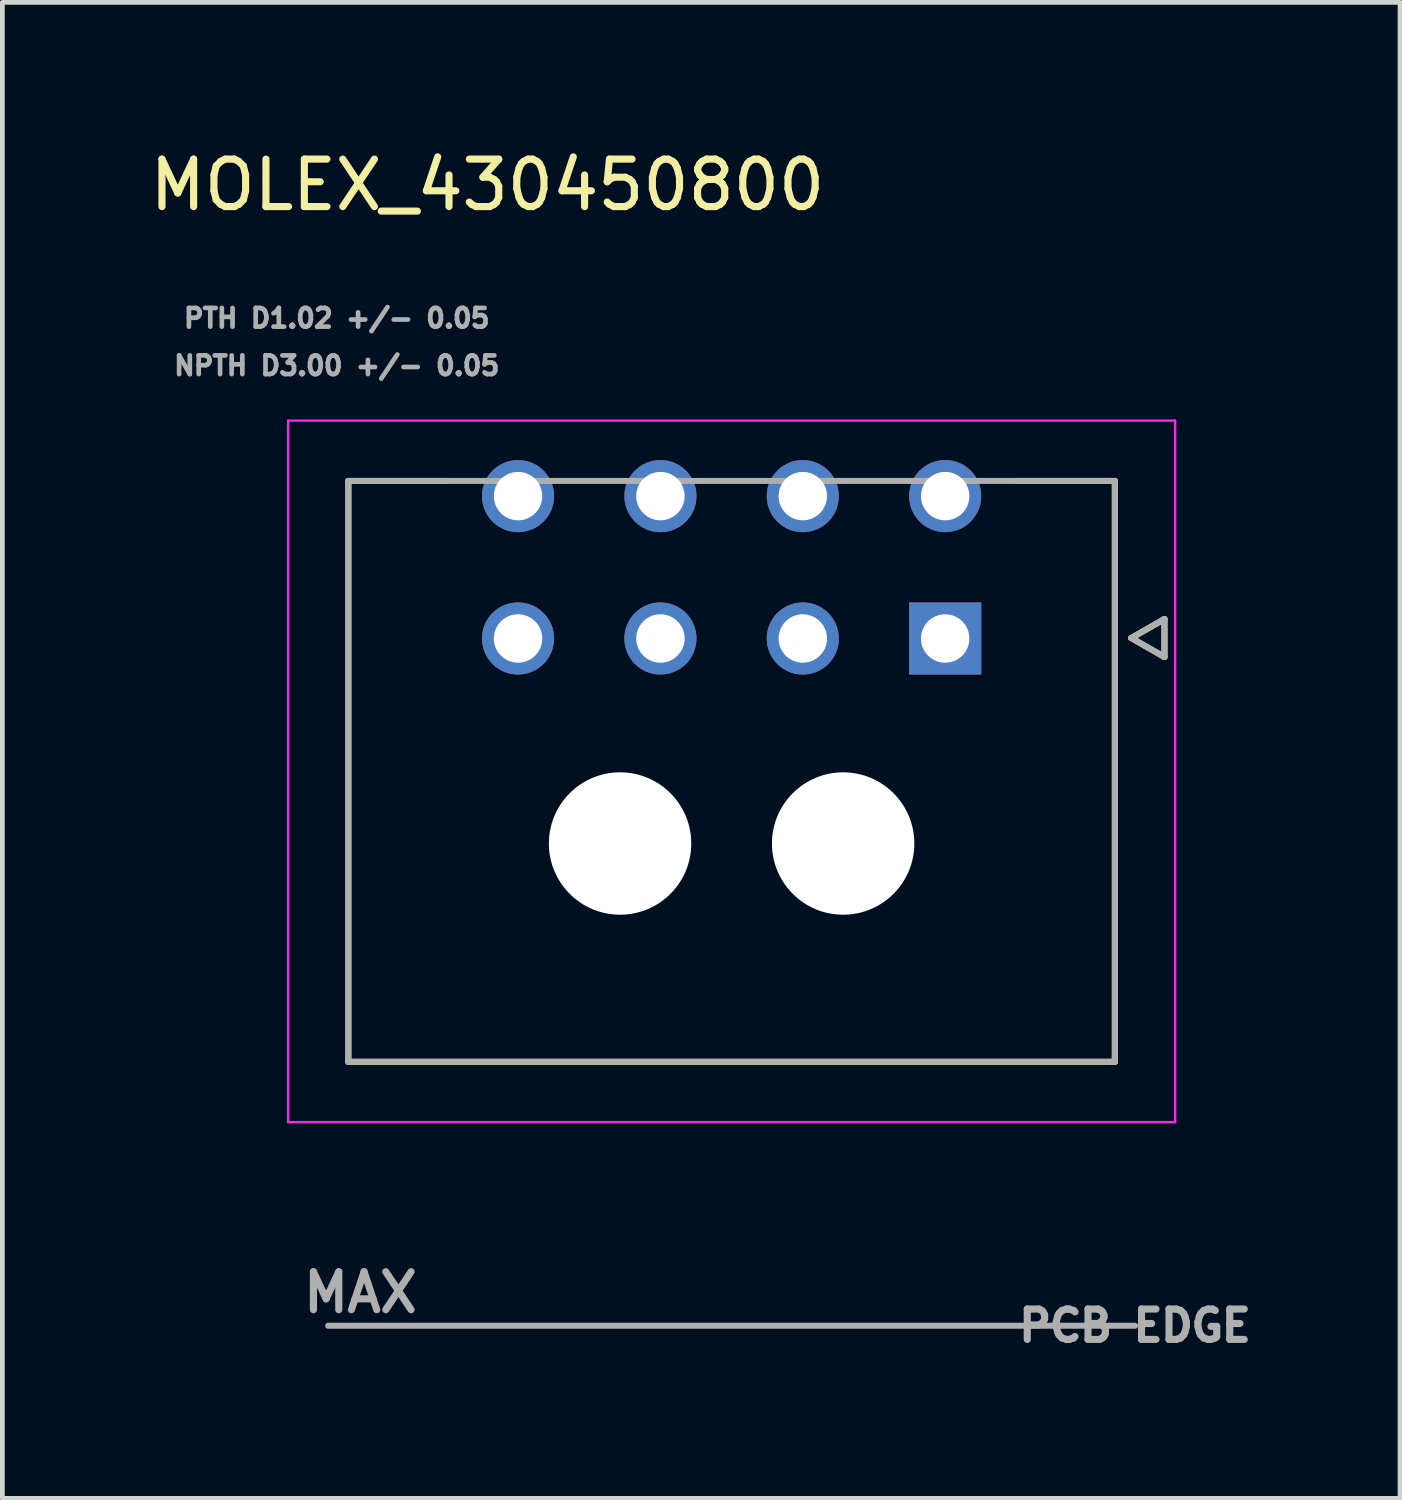
<source format=kicad_pcb>
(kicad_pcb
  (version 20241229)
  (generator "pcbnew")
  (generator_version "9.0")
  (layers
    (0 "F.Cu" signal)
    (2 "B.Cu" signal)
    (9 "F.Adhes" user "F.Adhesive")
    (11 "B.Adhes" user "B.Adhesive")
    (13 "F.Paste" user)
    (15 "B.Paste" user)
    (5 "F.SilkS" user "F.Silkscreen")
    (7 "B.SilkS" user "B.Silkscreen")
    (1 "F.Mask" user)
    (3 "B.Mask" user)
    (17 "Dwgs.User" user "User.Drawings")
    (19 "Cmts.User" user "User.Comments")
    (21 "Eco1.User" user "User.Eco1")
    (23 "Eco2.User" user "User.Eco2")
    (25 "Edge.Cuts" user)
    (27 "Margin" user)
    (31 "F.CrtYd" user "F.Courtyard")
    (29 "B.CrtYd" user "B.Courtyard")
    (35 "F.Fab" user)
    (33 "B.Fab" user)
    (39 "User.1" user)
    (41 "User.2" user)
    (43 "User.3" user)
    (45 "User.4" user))
  (footprint "MOLEX_430450800"
    (layer "F.Cu")
    (at 16.865 10.403)
    (property "Reference" "MOLEX_430450800" (at -9.645 -9.555 0) (layer "F.SilkS") (effects (font (size 1 1) (thickness 0.15))))
    (attr through_hole)
    (fp_circle (center -9 -3) (end -8.582 -3) (stroke (width 0.836) (type solid)) (fill no) (layer "F.Mask"))
    (fp_circle (center -9 0) (end -8.582 0) (stroke (width 0.836) (type solid)) (fill no) (layer "F.Mask"))
    (fp_circle (center -6.85 4.32) (end -6.062 4.32) (stroke (width 1.576) (type solid)) (fill no) (layer "F.Mask"))
    (fp_circle (center -6 -3) (end -5.582 -3) (stroke (width 0.836) (type solid)) (fill no) (layer "F.Mask"))
    (fp_circle (center -6 0) (end -5.582 0) (stroke (width 0.836) (type solid)) (fill no) (layer "F.Mask"))
    (fp_circle (center -3 -3) (end -2.582 -3) (stroke (width 0.836) (type solid)) (fill no) (layer "F.Mask"))
    (fp_circle (center -3 0) (end -2.582 0) (stroke (width 0.836) (type solid)) (fill no) (layer "F.Mask"))
    (fp_circle (center -2.15 4.32) (end -1.362 4.32) (stroke (width 1.576) (type solid)) (fill no) (layer "F.Mask"))
    (fp_circle (center 0 -3) (end 0.418 -3) (stroke (width 0.836) (type solid)) (fill no) (layer "F.Mask"))
    (fp_poly (pts (xy -0.836 -0.836) (xy 0.836 -0.836) (xy 0.836 0.836) (xy -0.836 0.836)) (stroke (width 0.01) (type solid)) (fill yes) (layer "F.Mask"))
    (fp_circle (center -9 -3) (end -8.582 -3) (stroke (width 0.836) (type solid)) (fill no) (layer "B.Mask"))
    (fp_circle (center -9 0) (end -8.582 0) (stroke (width 0.836) (type solid)) (fill no) (layer "B.Mask"))
    (fp_circle (center -6.85 4.32) (end -6.062 4.32) (stroke (width 1.576) (type solid)) (fill no) (layer "B.Mask"))
    (fp_circle (center -6 -3) (end -5.582 -3) (stroke (width 0.836) (type solid)) (fill no) (layer "B.Mask"))
    (fp_circle (center -6 0) (end -5.582 0) (stroke (width 0.836) (type solid)) (fill no) (layer "B.Mask"))
    (fp_circle (center -3 -3) (end -2.582 -3) (stroke (width 0.836) (type solid)) (fill no) (layer "B.Mask"))
    (fp_circle (center -3 0) (end -2.582 0) (stroke (width 0.836) (type solid)) (fill no) (layer "B.Mask"))
    (fp_circle (center -2.15 4.32) (end -1.362 4.32) (stroke (width 1.576) (type solid)) (fill no) (layer "B.Mask"))
    (fp_circle (center 0 -3) (end 0.418 -3) (stroke (width 0.836) (type solid)) (fill no) (layer "B.Mask"))
    (fp_poly (pts (xy -0.836 -0.836) (xy 0.836 -0.836) (xy 0.836 0.836) (xy -0.836 0.836)) (stroke (width 0.01) (type solid)) (fill yes) (layer "B.Mask"))
    (fp_line (start -12.575 -3.32) (end -12.575 8.92) (stroke (width 0.127) (type solid)) (layer "F.SilkS"))
    (fp_line (start -12.575 8.92) (end 3.575 8.92) (stroke (width 0.127) (type solid)) (layer "F.SilkS"))
    (fp_line (start -10.5 -3.32) (end -12.575 -3.32) (stroke (width 0.127) (type solid)) (layer "F.SilkS"))
    (fp_line (start 3.575 -3.32) (end 1.5 -3.32) (stroke (width 0.127) (type solid)) (layer "F.SilkS"))
    (fp_line (start 3.575 8.92) (end 3.575 -3.32) (stroke (width 0.127) (type solid)) (layer "F.SilkS"))
    (fp_line (start 3.92 -0.01) (end 4.62 0.39) (stroke (width 0.127) (type solid)) (layer "F.SilkS"))
    (fp_line (start 4.62 -0.41) (end 3.92 -0.01) (stroke (width 0.127) (type solid)) (layer "F.SilkS"))
    (fp_line (start 4.62 0.39) (end 4.62 -0.41) (stroke (width 0.127) (type solid)) (layer "F.SilkS"))
    (fp_line (start -13.845 -4.59) (end 4.845 -4.59) (stroke (width 0.05) (type solid)) (layer "F.CrtYd"))
    (fp_line (start -13.845 10.19) (end -13.845 -4.59) (stroke (width 0.05) (type solid)) (layer "F.CrtYd"))
    (fp_line (start 4.845 -4.59) (end 4.845 10.19) (stroke (width 0.05) (type solid)) (layer "F.CrtYd"))
    (fp_line (start 4.845 10.19) (end -13.845 10.19) (stroke (width 0.05) (type solid)) (layer "F.CrtYd"))
    (fp_line (start -13 14.48) (end 4 14.48) (stroke (width 0.127) (type solid)) (layer "F.Fab"))
    (fp_line (start -12.575 -3.32) (end -12.575 8.92) (stroke (width 0.127) (type solid)) (layer "F.Fab"))
    (fp_line (start -12.575 8.92) (end 3.575 8.92) (stroke (width 0.127) (type solid)) (layer "F.Fab"))
    (fp_line (start 3.575 -3.32) (end -12.575 -3.32) (stroke (width 0.127) (type solid)) (layer "F.Fab"))
    (fp_line (start 3.575 8.92) (end 3.575 -3.32) (stroke (width 0.127) (type solid)) (layer "F.Fab"))
    (fp_line (start 3.92 -0.01) (end 4.62 0.39) (stroke (width 0.127) (type solid)) (layer "F.Fab"))
    (fp_line (start 4.62 -0.41) (end 3.92 -0.01) (stroke (width 0.127) (type solid)) (layer "F.Fab"))
    (fp_line (start 4.62 0.39) (end 4.62 -0.41) (stroke (width 0.127) (type solid)) (layer "F.Fab"))
    (fp_text user "NPTH D3.00 +/- 0.05" (at -12.82 -5.748 0) (layer "F.Fab") (effects (font (size 0.394 0.394) (thickness 0.15))))
    (fp_text user "MAX" (at -12.32 13.78 0) (layer "F.Fab") (effects (font (size 0.8 0.8) (thickness 0.15))))
    (fp_text user "PCB EDGE" (at 4 14.48 0) (layer "F.Fab") (effects (font (size 0.64 0.64) (thickness 0.15))))
    (fp_text user "PTH D1.02 +/- 0.05" (at -12.82 -6.748 0) (layer "F.Fab") (effects (font (size 0.394 0.394) (thickness 0.15))))
    (pad "" np_thru_hole circle (at -6.85 4.32) (size 3 3) (drill 3) (layers "*.Cu" "*.Mask"))
    (pad "" np_thru_hole circle (at -2.15 4.32) (size 3 3) (drill 3) (layers "*.Cu" "*.Mask"))
    (pad "1" thru_hole rect (at 0 0) (size 1.52 1.52) (drill 1.02) (layers "*.Cu"))
    (pad "2" thru_hole circle (at -3 0) (size 1.52 1.52) (drill 1.02) (layers "*.Cu"))
    (pad "3" thru_hole circle (at -6 0) (size 1.52 1.52) (drill 1.02) (layers "*.Cu"))
    (pad "4" thru_hole circle (at -9 0) (size 1.52 1.52) (drill 1.02) (layers "*.Cu"))
    (pad "5" thru_hole circle (at 0 -3) (size 1.52 1.52) (drill 1.02) (layers "*.Cu"))
    (pad "6" thru_hole circle (at -3 -3) (size 1.52 1.52) (drill 1.02) (layers "*.Cu"))
    (pad "7" thru_hole circle (at -6 -3) (size 1.52 1.52) (drill 1.02) (layers "*.Cu"))
    (pad "8" thru_hole circle (at -9 -3) (size 1.52 1.52) (drill 1.02) (layers "*.Cu")))
  (gr_rect
    (start -3 -3)
    (end 26.449 28.521)
    (stroke (width 0.1) (type default))
    (fill no)
    (layer "Edge.Cuts")))
</source>
